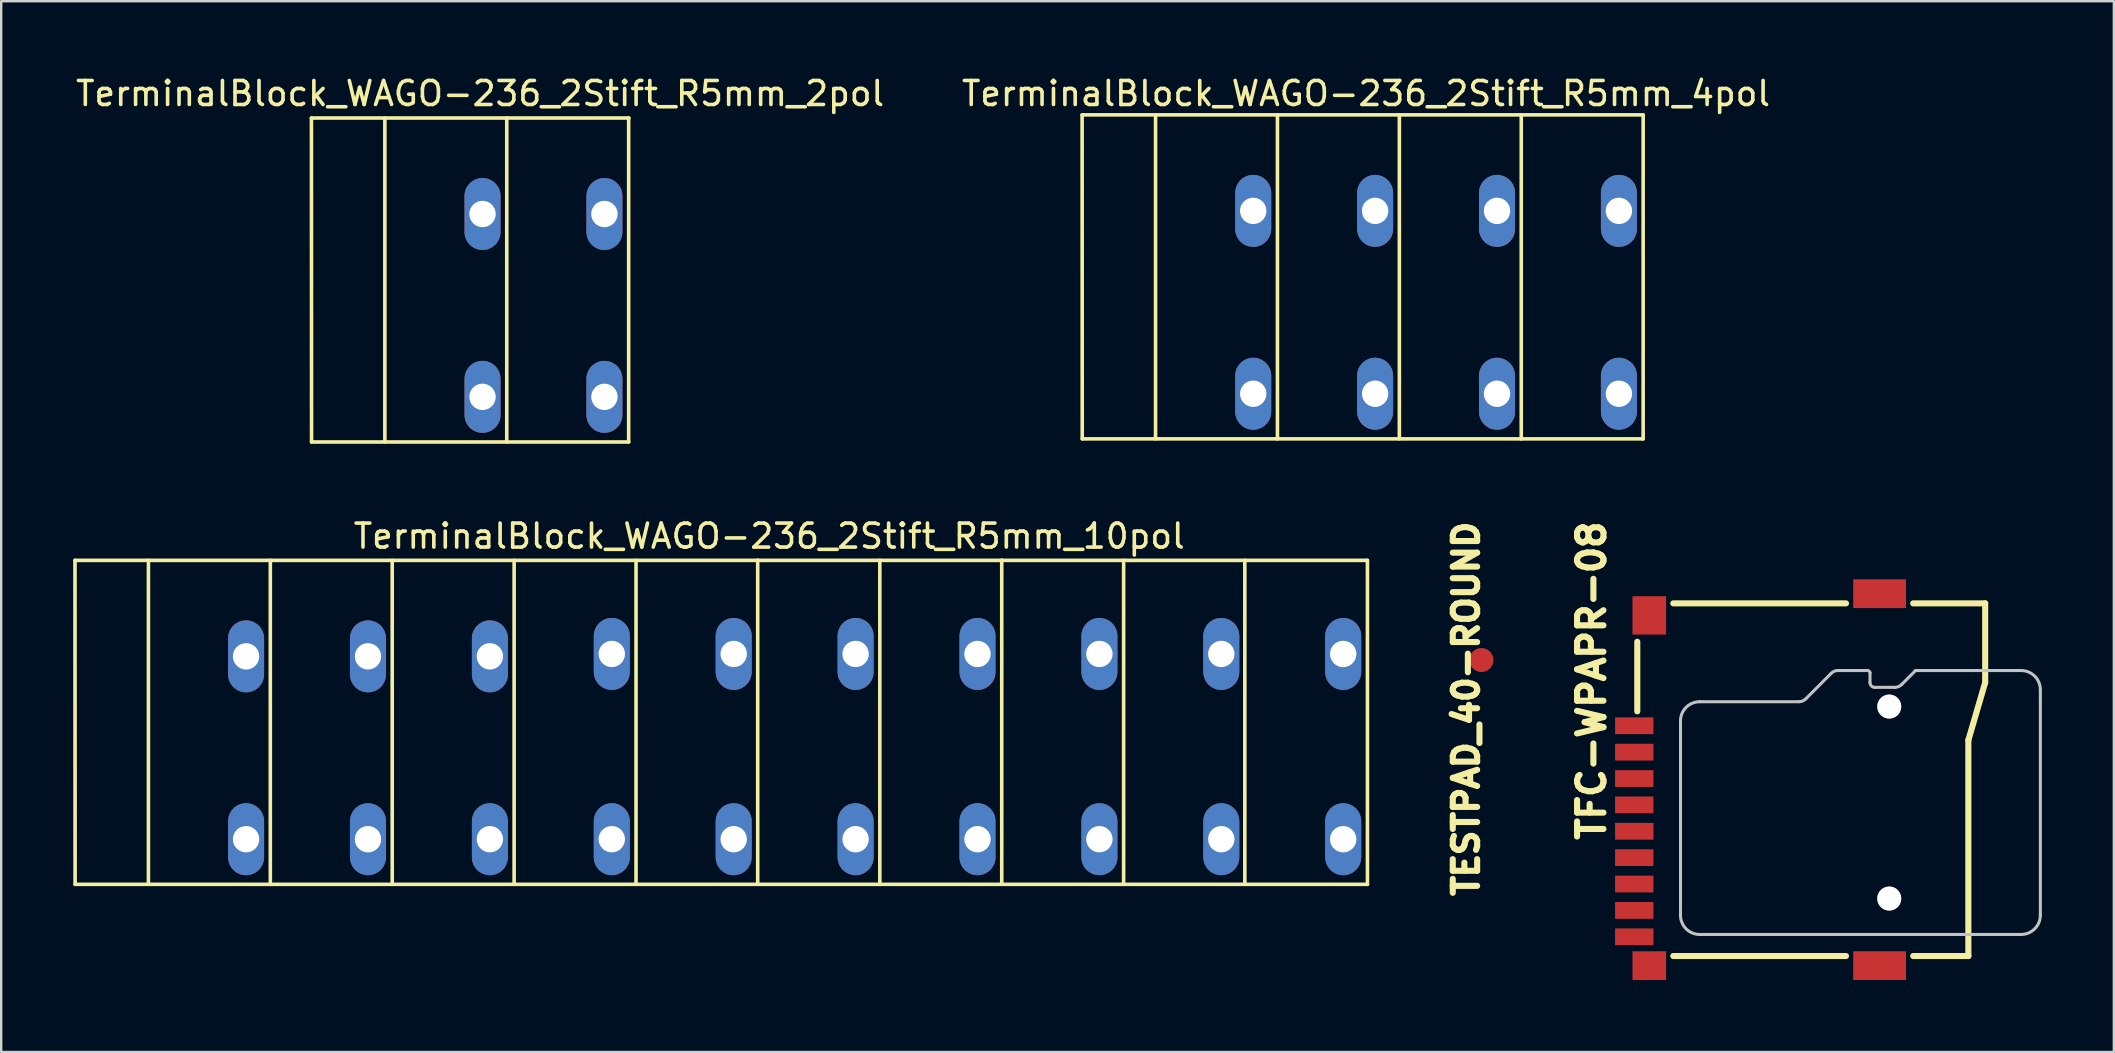
<source format=kicad_pcb>
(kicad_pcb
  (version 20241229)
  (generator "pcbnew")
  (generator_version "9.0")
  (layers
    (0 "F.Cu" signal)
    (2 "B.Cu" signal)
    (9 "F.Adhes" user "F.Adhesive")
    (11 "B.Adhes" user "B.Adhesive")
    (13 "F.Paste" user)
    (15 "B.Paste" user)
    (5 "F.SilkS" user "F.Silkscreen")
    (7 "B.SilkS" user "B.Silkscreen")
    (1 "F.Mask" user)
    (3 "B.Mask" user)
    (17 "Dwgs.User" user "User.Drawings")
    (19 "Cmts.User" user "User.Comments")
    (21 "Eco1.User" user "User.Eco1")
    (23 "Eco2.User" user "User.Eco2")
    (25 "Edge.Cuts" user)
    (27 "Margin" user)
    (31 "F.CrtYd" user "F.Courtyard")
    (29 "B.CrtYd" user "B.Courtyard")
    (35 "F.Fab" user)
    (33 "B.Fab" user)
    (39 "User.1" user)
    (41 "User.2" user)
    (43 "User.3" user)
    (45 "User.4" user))
  (footprint "TESTPAD_40-ROUND"
    (layer "F.Cu")
    (at 58.685 24.456)
    (property "Reference" "TESTPAD_40-ROUND" (at -0.635 2.032 90) (layer "F.SilkS") (effects (font (size 1.016 1.016) (thickness 0.254))))
    (attr exclude_from_pos_files exclude_from_bom)
    (pad "1" smd circle (at 0 0) (size 1 1) (layers "F.Cu" "F.Mask")))
  (footprint "TerminalBlock_WAGO-236_2Stift_R5mm_2pol"
    (layer "F.Cu")
    (at 17.058 5.868)
    (property "Reference" "TerminalBlock_WAGO-236_2Stift_R5mm_2pol" (at -0.1 -5.02 0) (layer "F.SilkS") (effects (font (size 1 1) (thickness 0.15))))
    (attr through_hole)
    (fp_line (start -7.13 -4) (end 6.1 -4) (stroke (width 0.15) (type solid)) (layer "F.SilkS"))
    (fp_line (start -7.125 9.5) (end -7.13 -4) (stroke (width 0.15) (type solid)) (layer "F.SilkS"))
    (fp_line (start -7.125 9.5) (end 6.09 9.5) (stroke (width 0.15) (type solid)) (layer "F.SilkS"))
    (fp_line (start -4.07 9.5) (end -4.07 -4) (stroke (width 0.15) (type solid)) (layer "F.SilkS"))
    (fp_line (start 1.01 -4) (end 1.01 9.5) (stroke (width 0.15) (type solid)) (layer "F.SilkS"))
    (fp_line (start 6.09 9.5) (end 6.09 -4) (stroke (width 0.15) (type solid)) (layer "F.SilkS"))
    (pad "1" thru_hole oval (at 0 0 90) (size 3 1.501) (drill 1.1) (layers "*.Cu" "*.Mask"))
    (pad "1" thru_hole oval (at 0 7.62 90) (size 3 1.501) (drill 1.1) (layers "*.Cu" "*.Mask"))
    (pad "2" thru_hole oval (at 5.08 0 90) (size 3 1.501) (drill 1.1) (layers "*.Cu" "*.Mask"))
    (pad "2" thru_hole oval (at 5.08 7.62 90) (size 3 1.501) (drill 1.1) (layers "*.Cu" "*.Mask")))
  (footprint "TerminalBlock_WAGO-236_2Stift_R5mm_10pol"
    (layer "F.Cu")
    (at 7.205 24.302)
    (property "Reference" "TerminalBlock_WAGO-236_2Stift_R5mm_10pol" (at 21.8 -5.01 0) (layer "F.SilkS") (effects (font (size 1 1) (thickness 0.15))))
    (attr through_hole)
    (fp_line (start -7.13 -4) (end 46.73 -4) (stroke (width 0.15) (type solid)) (layer "F.SilkS"))
    (fp_line (start -7.125 9.5) (end -7.13 -4) (stroke (width 0.15) (type solid)) (layer "F.SilkS"))
    (fp_line (start -7.125 9.5) (end 46.73 9.5) (stroke (width 0.15) (type solid)) (layer "F.SilkS"))
    (fp_line (start -4.07 9.5) (end -4.07 -4) (stroke (width 0.15) (type solid)) (layer "F.SilkS"))
    (fp_line (start 1.01 -4) (end 1.01 9.5) (stroke (width 0.15) (type solid)) (layer "F.SilkS"))
    (fp_line (start 6.09 9.5) (end 6.09 -4) (stroke (width 0.15) (type solid)) (layer "F.SilkS"))
    (fp_line (start 11.17 9.5) (end 11.17 -4) (stroke (width 0.15) (type solid)) (layer "F.SilkS"))
    (fp_line (start 16.25 9.5) (end 16.25 -4) (stroke (width 0.15) (type solid)) (layer "F.SilkS"))
    (fp_line (start 21.32 9.49) (end 21.32 -4.01) (stroke (width 0.15) (type solid)) (layer "F.SilkS"))
    (fp_line (start 26.41 9.5) (end 26.41 -4) (stroke (width 0.15) (type solid)) (layer "F.SilkS"))
    (fp_line (start 31.49 9.49) (end 31.49 -4.01) (stroke (width 0.15) (type solid)) (layer "F.SilkS"))
    (fp_line (start 36.57 9.5) (end 36.57 -4) (stroke (width 0.15) (type solid)) (layer "F.SilkS"))
    (fp_line (start 41.62 9.5) (end 41.62 -4) (stroke (width 0.15) (type solid)) (layer "F.SilkS"))
    (fp_line (start 46.73 9.5) (end 46.73 -4) (stroke (width 0.15) (type solid)) (layer "F.SilkS"))
    (pad "1" thru_hole oval (at 0 0 90) (size 3 1.501) (drill 1.1) (layers "*.Cu" "*.Mask"))
    (pad "1" thru_hole oval (at 0 7.62 90) (size 3 1.501) (drill 1.1) (layers "*.Cu" "*.Mask"))
    (pad "2" thru_hole oval (at 5.08 0 90) (size 3 1.501) (drill 1.1) (layers "*.Cu" "*.Mask"))
    (pad "2" thru_hole oval (at 5.08 7.62 90) (size 3 1.501) (drill 1.1) (layers "*.Cu" "*.Mask"))
    (pad "3" thru_hole oval (at 10.16 0 90) (size 3 1.501) (drill 1.1) (layers "*.Cu" "*.Mask"))
    (pad "3" thru_hole oval (at 10.16 7.62 90) (size 3 1.501) (drill 1.1) (layers "*.Cu" "*.Mask"))
    (pad "4" thru_hole oval (at 15.24 -0.1 90) (size 3 1.501) (drill 1.1) (layers "*.Cu" "*.Mask"))
    (pad "4" thru_hole oval (at 15.24 7.62 90) (size 3 1.501) (drill 1.1) (layers "*.Cu" "*.Mask"))
    (pad "5" thru_hole oval (at 20.32 -0.1 90) (size 3 1.501) (drill 1.1) (layers "*.Cu" "*.Mask"))
    (pad "5" thru_hole oval (at 20.32 7.62 90) (size 3 1.501) (drill 1.1) (layers "*.Cu" "*.Mask"))
    (pad "6" thru_hole oval (at 25.4 -0.1 90) (size 3 1.501) (drill 1.1) (layers "*.Cu" "*.Mask"))
    (pad "6" thru_hole oval (at 25.4 7.62 90) (size 3 1.501) (drill 1.1) (layers "*.Cu" "*.Mask"))
    (pad "7" thru_hole oval (at 30.48 -0.1 90) (size 3 1.501) (drill 1.1) (layers "*.Cu" "*.Mask"))
    (pad "7" thru_hole oval (at 30.48 7.62 90) (size 3 1.501) (drill 1.1) (layers "*.Cu" "*.Mask"))
    (pad "8" thru_hole oval (at 35.56 -0.1 90) (size 3 1.501) (drill 1.1) (layers "*.Cu" "*.Mask"))
    (pad "8" thru_hole oval (at 35.56 7.62 90) (size 3 1.501) (drill 1.1) (layers "*.Cu" "*.Mask"))
    (pad "9" thru_hole oval (at 40.64 -0.1 90) (size 3 1.501) (drill 1.1) (layers "*.Cu" "*.Mask"))
    (pad "9" thru_hole oval (at 40.64 7.62 90) (size 3 1.501) (drill 1.1) (layers "*.Cu" "*.Mask"))
    (pad "10" thru_hole oval (at 45.72 -0.1 90) (size 3 1.501) (drill 1.1) (layers "*.Cu" "*.Mask"))
    (pad "10" thru_hole oval (at 45.72 7.62 90) (size 3 1.501) (drill 1.1) (layers "*.Cu" "*.Mask")))
  (footprint "TerminalBlock_WAGO-236_2Stift_R5mm_4pol"
    (layer "F.Cu")
    (at 49.175 5.738)
    (property "Reference" "TerminalBlock_WAGO-236_2Stift_R5mm_4pol" (at 4.7 -4.89 0) (layer "F.SilkS") (effects (font (size 1 1) (thickness 0.15))))
    (attr through_hole)
    (fp_line (start -7.13 -4) (end 16.25 -4) (stroke (width 0.15) (type solid)) (layer "F.SilkS"))
    (fp_line (start -7.125 9.5) (end -7.13 -4) (stroke (width 0.15) (type solid)) (layer "F.SilkS"))
    (fp_line (start -7.125 9.5) (end 16.25 9.5) (stroke (width 0.15) (type solid)) (layer "F.SilkS"))
    (fp_line (start -4.07 9.5) (end -4.07 -4) (stroke (width 0.15) (type solid)) (layer "F.SilkS"))
    (fp_line (start 1.01 -4) (end 1.01 9.5) (stroke (width 0.15) (type solid)) (layer "F.SilkS"))
    (fp_line (start 6.09 9.5) (end 6.09 -4) (stroke (width 0.15) (type solid)) (layer "F.SilkS"))
    (fp_line (start 11.17 9.5) (end 11.17 -4) (stroke (width 0.15) (type solid)) (layer "F.SilkS"))
    (fp_line (start 16.25 9.5) (end 16.25 -4) (stroke (width 0.15) (type solid)) (layer "F.SilkS"))
    (pad "1" thru_hole oval (at 0 0 90) (size 3 1.501) (drill 1.1) (layers "*.Cu" "*.Mask"))
    (pad "1" thru_hole oval (at 0 7.62 90) (size 3 1.501) (drill 1.1) (layers "*.Cu" "*.Mask"))
    (pad "2" thru_hole oval (at 5.08 0 90) (size 3 1.501) (drill 1.1) (layers "*.Cu" "*.Mask"))
    (pad "2" thru_hole oval (at 5.08 7.62 90) (size 3 1.501) (drill 1.1) (layers "*.Cu" "*.Mask"))
    (pad "3" thru_hole oval (at 10.16 0 90) (size 3 1.501) (drill 1.1) (layers "*.Cu" "*.Mask"))
    (pad "3" thru_hole oval (at 10.16 7.62 90) (size 3 1.501) (drill 1.1) (layers "*.Cu" "*.Mask"))
    (pad "4" thru_hole oval (at 15.24 0 90) (size 3 1.501) (drill 1.1) (layers "*.Cu" "*.Mask"))
    (pad "4" thru_hole oval (at 15.24 7.62 90) (size 3 1.501) (drill 1.1) (layers "*.Cu" "*.Mask")))
  (footprint "TFC-WPAPR-08"
    (layer "F.Cu")
    (at 72.429 29.442)
    (property "Reference" "TFC-WPAPR-08" (at -9.154 -4.128 90) (layer "F.SilkS") (effects (font (size 1.1 1.1) (thickness 0.254))))
    (attr smd)
    (fp_line (start -7.249 -2.85) (end -7.249 -5.748) (stroke (width 0.254) (type solid)) (layer "F.SilkS"))
    (fp_line (start -5.748 -7.348) (end 1.448 -7.348) (stroke (width 0.254) (type solid)) (layer "F.SilkS"))
    (fp_line (start -5.748 7.348) (end 1.448 7.348) (stroke (width 0.254) (type solid)) (layer "F.SilkS"))
    (fp_line (start 4.249 -7.348) (end 7.249 -7.348) (stroke (width 0.254) (type solid)) (layer "F.SilkS"))
    (fp_line (start 4.249 7.348) (end 6.548 7.348) (stroke (width 0.254) (type solid)) (layer "F.SilkS"))
    (fp_line (start 6.548 -1.648) (end 6.548 7.348) (stroke (width 0.254) (type solid)) (layer "F.SilkS"))
    (fp_line (start 7.249 -7.348) (end 7.249 -4.049) (stroke (width 0.254) (type solid)) (layer "F.SilkS"))
    (fp_line (start 7.249 -4.049) (end 6.548 -1.648) (stroke (width 0.254) (type solid)) (layer "F.SilkS"))
    (fp_line (start -5.448 5.649) (end -5.448 -2.449) (stroke (width 0.127) (type solid)) (layer "Dwgs.User"))
    (fp_line (start -4.648 -3.249) (end -0.516 -3.249) (stroke (width 0.127) (type solid)) (layer "Dwgs.User"))
    (fp_line (start -0.231 -3.365) (end 0.831 -4.432) (stroke (width 0.127) (type solid)) (layer "Dwgs.User"))
    (fp_line (start 1.115 -4.549) (end 2.349 -4.549) (stroke (width 0.127) (type solid)) (layer "Dwgs.User"))
    (fp_line (start 2.449 -4.448) (end 2.449 -4.049) (stroke (width 0.127) (type solid)) (layer "Dwgs.User"))
    (fp_line (start 2.649 -3.848) (end 3.482 -3.848) (stroke (width 0.127) (type solid)) (layer "Dwgs.User"))
    (fp_line (start 3.767 -3.965) (end 4.348 -4.549) (stroke (width 0.127) (type solid)) (layer "Dwgs.User"))
    (fp_line (start 4.348 -4.549) (end 8.748 -4.549) (stroke (width 0.127) (type solid)) (layer "Dwgs.User"))
    (fp_line (start 8.748 6.449) (end -4.648 6.449) (stroke (width 0.127) (type solid)) (layer "Dwgs.User"))
    (fp_line (start 9.548 -3.749) (end 9.548 5.649) (stroke (width 0.127) (type solid)) (layer "Dwgs.User"))
    (fp_arc (start -5.4483 -2.44856) (mid -5.213956 -3.014316) (end -4.6482 -3.24866) (stroke (width 0.127) (type solid)) (layer "Dwgs.User"))
    (fp_arc (start -4.6482 6.44906) (mid -5.213956 6.214716) (end -5.4483 5.64896) (stroke (width 0.127) (type solid)) (layer "Dwgs.User"))
    (fp_arc (start -0.23114 -3.3655) (mid -0.360495 -3.279068) (end -0.51308 -3.248717) (stroke (width 0.127) (type solid)) (layer "Dwgs.User"))
    (fp_arc (start 0.83058 -4.4323) (mid 0.960776 -4.519377) (end 1.114358 -4.550135) (stroke (width 0.127) (type solid)) (layer "Dwgs.User"))
    (fp_arc (start 2.3495 -4.54914) (mid 2.421342 -4.519382) (end 2.4511 -4.44754) (stroke (width 0.127) (type solid)) (layer "Dwgs.User"))
    (fp_arc (start 2.64922 -3.8481) (mid 2.507332 -3.906872) (end 2.44856 -4.04876) (stroke (width 0.127) (type solid)) (layer "Dwgs.User"))
    (fp_arc (start 3.76682 -3.96494) (mid 3.636299 -3.877729) (end 3.48234 -3.847105) (stroke (width 0.127) (type solid)) (layer "Dwgs.User"))
    (fp_arc (start 8.74776 -4.54914) (mid 9.313516 -4.314796) (end 9.54786 -3.74904) (stroke (width 0.127) (type solid)) (layer "Dwgs.User"))
    (fp_arc (start 9.54786 5.64896) (mid 9.313516 6.214716) (end 8.74776 6.44906) (stroke (width 0.127) (type solid)) (layer "Dwgs.User"))
    (pad "1" smd rect (at -7.374 -2.248 270) (size 0.699 1.598) (layers "F.Cu" "F.Mask" "F.Paste"))
    (pad "2" smd rect (at -7.374 -1.148 270) (size 0.699 1.598) (layers "F.Cu" "F.Mask" "F.Paste"))
    (pad "3" smd rect (at -7.374 -0.048 270) (size 0.699 1.598) (layers "F.Cu" "F.Mask" "F.Paste"))
    (pad "4" smd rect (at -7.374 1.049 270) (size 0.699 1.598) (layers "F.Cu" "F.Mask" "F.Paste"))
    (pad "5" smd rect (at -7.374 2.149 270) (size 0.699 1.598) (layers "F.Cu" "F.Mask" "F.Paste"))
    (pad "6" smd rect (at -7.374 3.249 270) (size 0.699 1.598) (layers "F.Cu" "F.Mask" "F.Paste"))
    (pad "7" smd rect (at -7.374 4.348 270) (size 0.699 1.598) (layers "F.Cu" "F.Mask" "F.Paste"))
    (pad "8" smd rect (at -7.374 5.448 270) (size 0.699 1.598) (layers "F.Cu" "F.Mask" "F.Paste"))
    (pad "9" smd rect (at -7.374 6.548 270) (size 0.699 1.598) (layers "F.Cu" "F.Mask" "F.Paste"))
    (pad "10" smd rect (at -6.749 7.75 270) (size 1.199 1.4) (layers "F.Cu" "F.Mask" "F.Paste"))
    (pad "11" smd rect (at -6.749 -6.848 270) (size 1.598 1.4) (layers "F.Cu" "F.Mask" "F.Paste"))
    (pad "12" smd rect (at 2.85 7.75 270) (size 1.199 2.2) (layers "F.Cu" "F.Mask" "F.Paste"))
    (pad "13" smd rect (at 2.85 -7.75 270) (size 1.199 2.2) (layers "F.Cu" "F.Mask" "F.Paste"))
    (pad "14" thru_hole circle (at 3.251 -3.048) (size 1 1) (drill 1) (layers "*.Cu" "*.Mask"))
    (pad "15" thru_hole circle (at 3.251 4.953) (size 1 1) (drill 1) (layers "*.Cu" "*.Mask")))
  (gr_rect
    (start -3 -3)
    (end 85.04 40.791)
    (stroke (width 0.1) (type default))
    (fill no)
    (layer "Edge.Cuts")))
</source>
